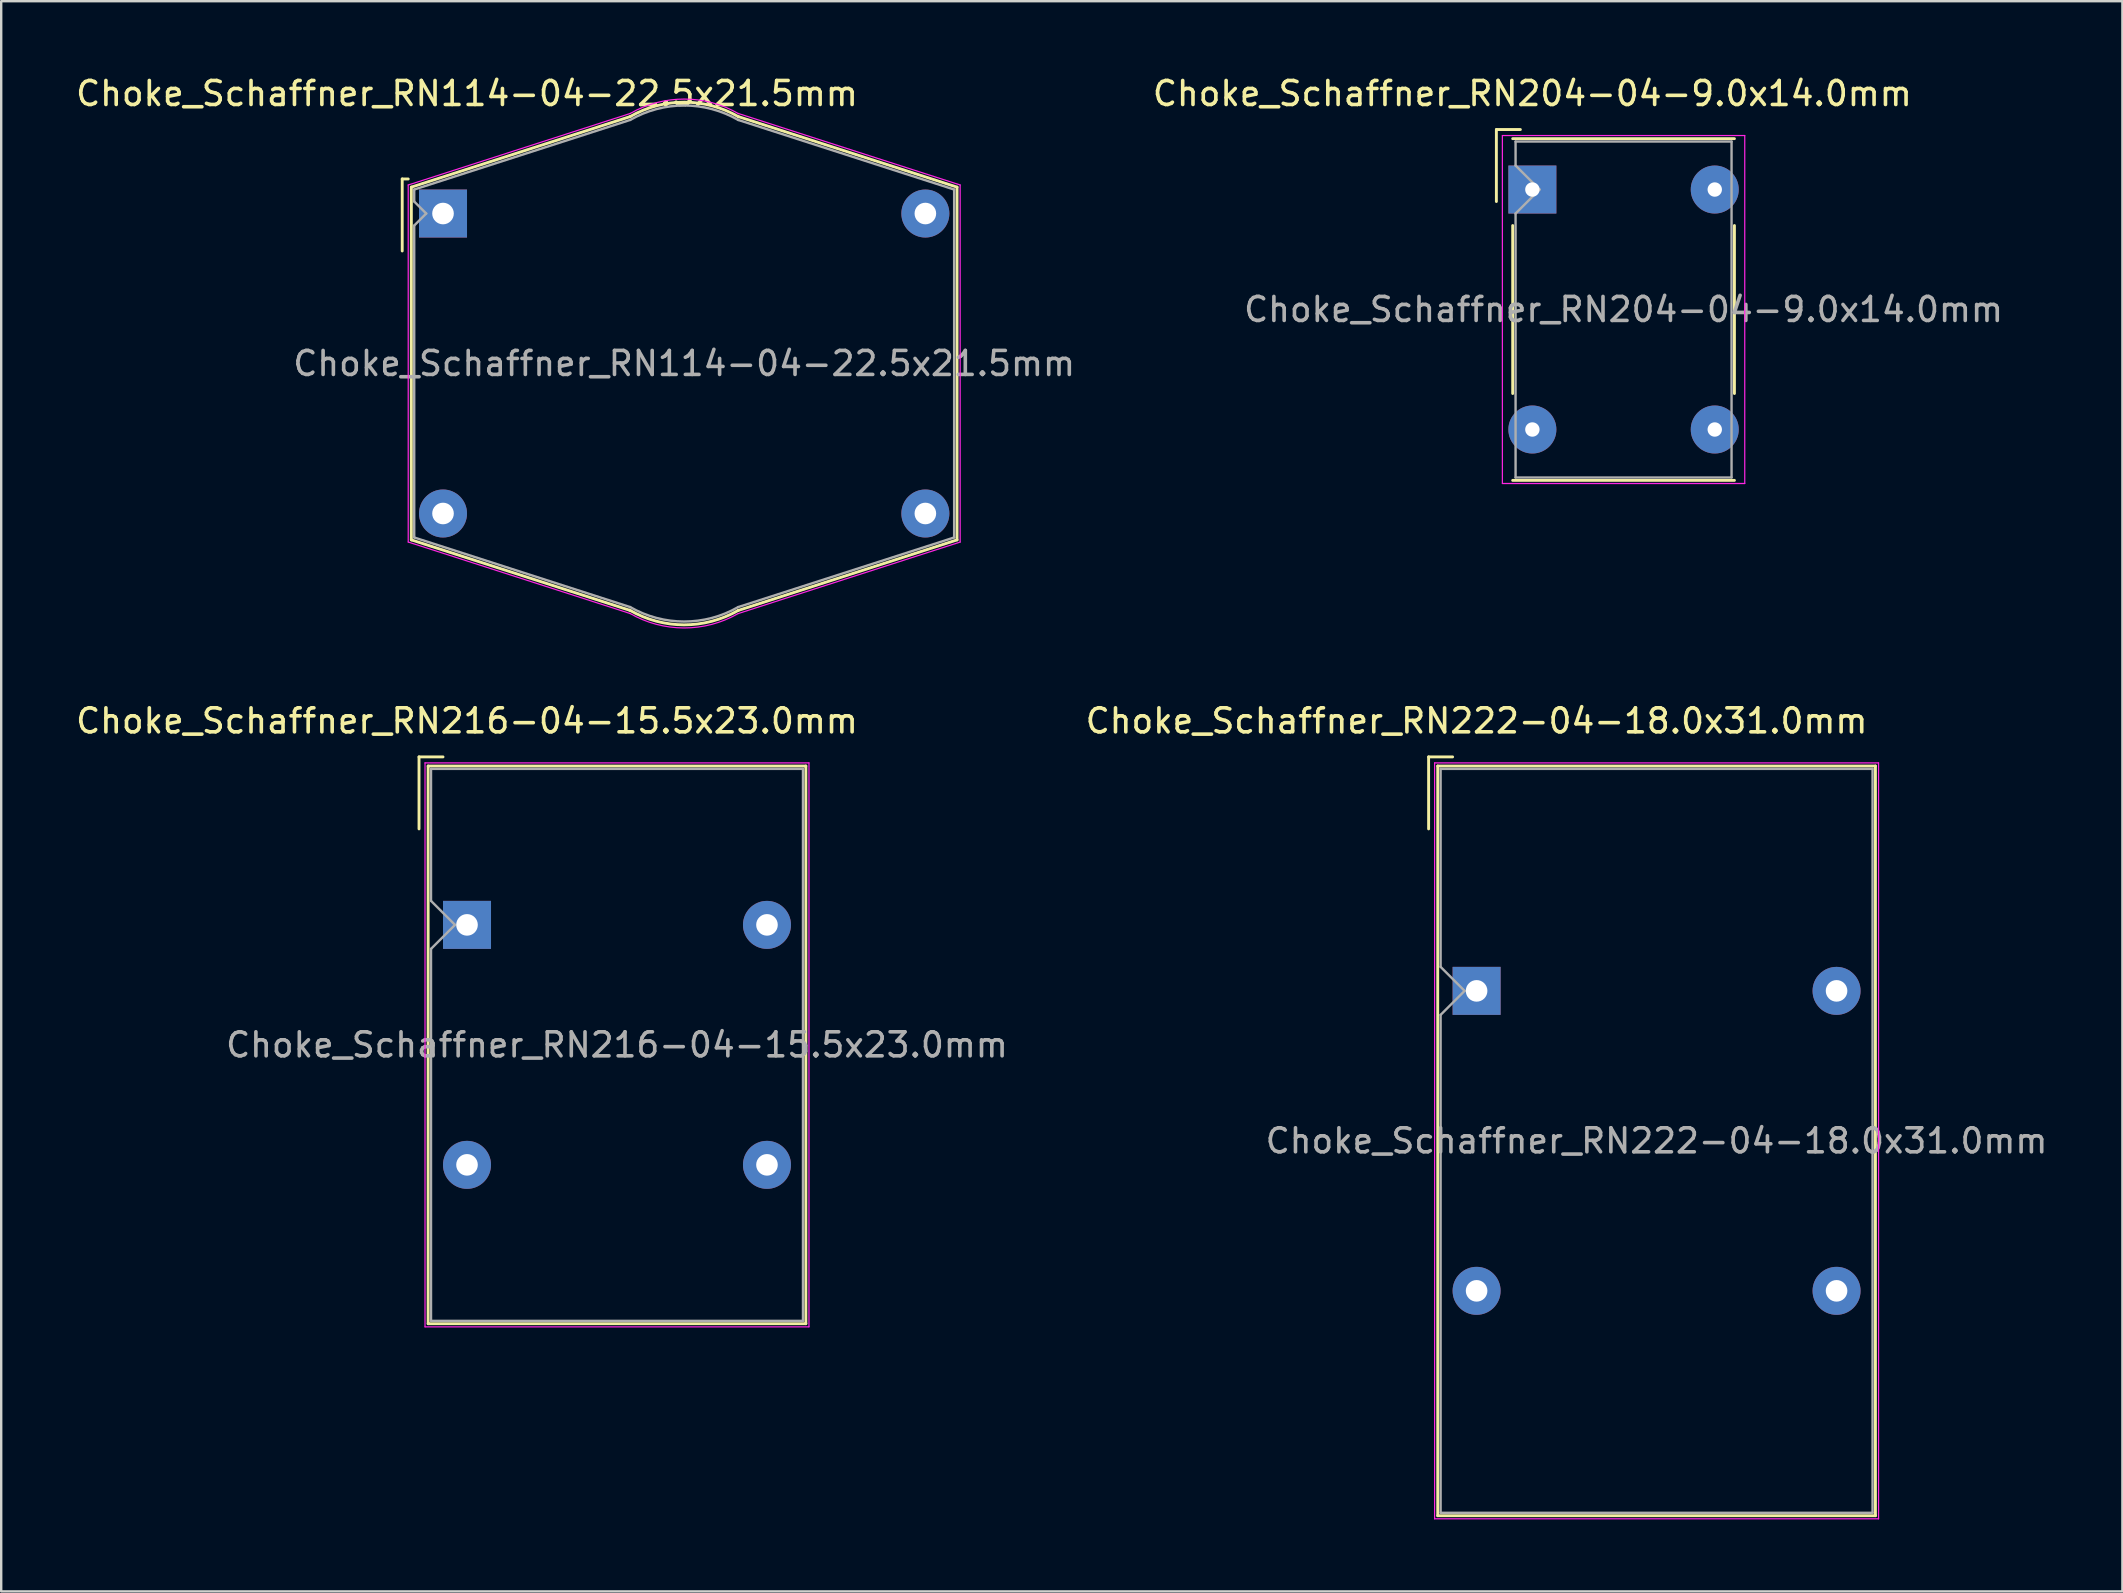
<source format=kicad_pcb>
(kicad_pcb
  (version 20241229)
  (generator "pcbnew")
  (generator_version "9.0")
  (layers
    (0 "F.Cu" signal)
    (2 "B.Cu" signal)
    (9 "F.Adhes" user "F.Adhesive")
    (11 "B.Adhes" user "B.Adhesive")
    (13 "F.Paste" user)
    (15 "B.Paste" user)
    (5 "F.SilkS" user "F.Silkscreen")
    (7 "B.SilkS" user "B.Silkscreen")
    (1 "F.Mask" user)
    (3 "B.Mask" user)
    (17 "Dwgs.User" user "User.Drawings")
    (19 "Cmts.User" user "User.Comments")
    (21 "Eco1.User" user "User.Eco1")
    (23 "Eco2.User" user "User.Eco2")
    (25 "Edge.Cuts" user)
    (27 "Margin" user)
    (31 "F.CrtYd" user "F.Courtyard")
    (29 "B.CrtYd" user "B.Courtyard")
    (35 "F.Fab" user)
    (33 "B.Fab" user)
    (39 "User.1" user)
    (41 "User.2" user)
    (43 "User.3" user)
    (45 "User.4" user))
  (footprint "Choke_Schaffner_RN114-04-22.5x21.5mm"
    (layer "F.Cu")
    (at 15.411 5.848)
    (property "Reference" "Choke_Schaffner_RN114-04-22.5x21.5mm" (at 1 -5 0) (layer "F.SilkS") (effects (font (size 1 1) (thickness 0.15))))
    (attr through_hole)
    (fp_line (start -1.7 -1.44) (end -1.7 1.56) (stroke (width 0.12) (type solid)) (layer "F.SilkS"))
    (fp_line (start -1.7 -1.44) (end -1.45 -1.44) (stroke (width 0.12) (type solid)) (layer "F.SilkS"))
    (fp_line (start -1.32 -1.1) (end 7.8 -4.04) (stroke (width 0.12) (type solid)) (layer "F.SilkS"))
    (fp_line (start -1.32 13.6) (end -1.32 -1.1) (stroke (width 0.12) (type solid)) (layer "F.SilkS"))
    (fp_line (start 7.8 16.54) (end -1.32 13.6) (stroke (width 0.12) (type solid)) (layer "F.SilkS"))
    (fp_line (start 12.3 -4.04) (end 21.42 -1.1) (stroke (width 0.12) (type solid)) (layer "F.SilkS"))
    (fp_line (start 21.42 -1.1) (end 21.42 13.6) (stroke (width 0.12) (type solid)) (layer "F.SilkS"))
    (fp_line (start 21.42 13.6) (end 12.3 16.54) (stroke (width 0.12) (type solid)) (layer "F.SilkS"))
    (fp_arc (start 7.8 -4.04) (mid 10.061443 -4.63982) (end 12.31982 -4.028557) (stroke (width 0.12) (type solid)) (layer "F.SilkS"))
    (fp_arc (start 12.3 16.54) (mid 10.038557 17.13982) (end 7.78018 16.528557) (stroke (width 0.12) (type solid)) (layer "F.SilkS"))
    (fp_line (start -1.45 -1.19) (end 7.8 -4.17) (stroke (width 0.05) (type solid)) (layer "F.CrtYd"))
    (fp_line (start -1.45 13.69) (end -1.45 -1.19) (stroke (width 0.05) (type solid)) (layer "F.CrtYd"))
    (fp_line (start 7.8 16.67) (end -1.45 13.69) (stroke (width 0.05) (type solid)) (layer "F.CrtYd"))
    (fp_line (start 12.3 -4.17) (end 21.55 -1.19) (stroke (width 0.05) (type solid)) (layer "F.CrtYd"))
    (fp_line (start 21.55 -1.19) (end 21.55 13.69) (stroke (width 0.05) (type solid)) (layer "F.CrtYd"))
    (fp_line (start 21.55 13.69) (end 12.3 16.67) (stroke (width 0.05) (type solid)) (layer "F.CrtYd"))
    (fp_arc (start 7.8 -4.17) (mid 10.061443 -4.76982) (end 12.31982 -4.158557) (stroke (width 0.05) (type solid)) (layer "F.CrtYd"))
    (fp_arc (start 12.3 16.67) (mid 10.038557 17.26982) (end 7.78018 16.658557) (stroke (width 0.05) (type solid)) (layer "F.CrtYd"))
    (fp_line (start -1.2 -1) (end 7.8 -3.9) (stroke (width 0.1) (type solid)) (layer "F.Fab"))
    (fp_line (start -1.2 -0.5) (end -1.2 -1) (stroke (width 0.1) (type solid)) (layer "F.Fab"))
    (fp_line (start -1.2 0.5) (end -0.7 0) (stroke (width 0.1) (type solid)) (layer "F.Fab"))
    (fp_line (start -1.2 13.5) (end -1.2 0.5) (stroke (width 0.1) (type solid)) (layer "F.Fab"))
    (fp_line (start -0.7 0) (end -1.2 -0.5) (stroke (width 0.1) (type solid)) (layer "F.Fab"))
    (fp_line (start 7.8 16.4) (end -1.2 13.5) (stroke (width 0.1) (type solid)) (layer "F.Fab"))
    (fp_line (start 12.3 -3.9) (end 21.3 -1) (stroke (width 0.1) (type solid)) (layer "F.Fab"))
    (fp_line (start 21.3 -1) (end 21.3 13.5) (stroke (width 0.1) (type solid)) (layer "F.Fab"))
    (fp_line (start 21.3 13.5) (end 12.3 16.4) (stroke (width 0.1) (type solid)) (layer "F.Fab"))
    (fp_arc (start 7.8 -3.9) (mid 10.051443 -4.502499) (end 12.302499 -3.898557) (stroke (width 0.1) (type solid)) (layer "F.Fab"))
    (fp_arc (start 12.3 16.4) (mid 10.048557 17.002499) (end 7.797501 16.398557) (stroke (width 0.1) (type solid)) (layer "F.Fab"))
    (fp_text user "${REFERENCE}" (at 10.05 6.25 0) (layer "F.Fab") (effects (font (size 1 1) (thickness 0.15))))
    (pad "1" thru_hole rect (at 0 0) (size 2 2) (drill 0.9) (layers "*.Cu" "*.Mask"))
    (pad "2" thru_hole circle (at 20.1 0) (size 2 2) (drill 0.9) (layers "*.Cu" "*.Mask"))
    (pad "3" thru_hole circle (at 0 12.5) (size 2 2) (drill 0.9) (layers "*.Cu" "*.Mask"))
    (pad "4" thru_hole circle (at 20.1 12.5) (size 2 2) (drill 0.9) (layers "*.Cu" "*.Mask")))
  (footprint "Choke_Schaffner_RN222-04-18.0x31.0mm"
    (layer "F.Cu")
    (at 58.482 38.241)
    (property "Reference" "Choke_Schaffner_RN222-04-18.0x31.0mm" (at 0 -11.25 0) (layer "F.SilkS") (effects (font (size 1 1) (thickness 0.15))))
    (attr through_hole)
    (fp_line (start -2 -9.75) (end -2 -6.75) (stroke (width 0.12) (type solid)) (layer "F.SilkS"))
    (fp_line (start -2 -9.75) (end -1 -9.75) (stroke (width 0.12) (type solid)) (layer "F.SilkS"))
    (fp_line (start -1.62 -9.37) (end 16.62 -9.37) (stroke (width 0.12) (type solid)) (layer "F.SilkS"))
    (fp_line (start -1.62 21.87) (end -1.62 -9.37) (stroke (width 0.12) (type solid)) (layer "F.SilkS"))
    (fp_line (start 16.62 -9.37) (end 16.62 21.87) (stroke (width 0.12) (type solid)) (layer "F.SilkS"))
    (fp_line (start 16.62 21.87) (end -1.62 21.87) (stroke (width 0.12) (type solid)) (layer "F.SilkS"))
    (fp_line (start -1.75 -9.5) (end -1.75 22) (stroke (width 0.05) (type solid)) (layer "F.CrtYd"))
    (fp_line (start -1.75 22) (end 16.75 22) (stroke (width 0.05) (type solid)) (layer "F.CrtYd"))
    (fp_line (start 16.75 -9.5) (end -1.75 -9.5) (stroke (width 0.05) (type solid)) (layer "F.CrtYd"))
    (fp_line (start 16.75 22) (end 16.75 -9.5) (stroke (width 0.05) (type solid)) (layer "F.CrtYd"))
    (fp_line (start -1.5 -9.25) (end 16.5 -9.25) (stroke (width 0.1) (type solid)) (layer "F.Fab"))
    (fp_line (start -1.5 -1) (end -1.5 -9.25) (stroke (width 0.1) (type solid)) (layer "F.Fab"))
    (fp_line (start -1.5 1) (end -0.5 0) (stroke (width 0.1) (type solid)) (layer "F.Fab"))
    (fp_line (start -1.5 21.75) (end -1.5 1) (stroke (width 0.1) (type solid)) (layer "F.Fab"))
    (fp_line (start -0.5 0) (end -1.5 -1) (stroke (width 0.1) (type solid)) (layer "F.Fab"))
    (fp_line (start 16.5 -9.25) (end 16.5 21.75) (stroke (width 0.1) (type solid)) (layer "F.Fab"))
    (fp_line (start 16.5 21.75) (end -1.5 21.75) (stroke (width 0.1) (type solid)) (layer "F.Fab"))
    (fp_text user "${REFERENCE}" (at 7.5 6.25 0) (layer "F.Fab") (effects (font (size 1 1) (thickness 0.15))))
    (pad "1" thru_hole rect (at 0 0) (size 2 2) (drill 0.9) (layers "*.Cu" "*.Mask"))
    (pad "2" thru_hole circle (at 15 0) (size 2 2) (drill 0.9) (layers "*.Cu" "*.Mask"))
    (pad "3" thru_hole circle (at 0 12.5) (size 2 2) (drill 0.9) (layers "*.Cu" "*.Mask"))
    (pad "4" thru_hole circle (at 15 12.5) (size 2 2) (drill 0.9) (layers "*.Cu" "*.Mask")))
  (footprint "Choke_Schaffner_RN204-04-9.0x14.0mm"
    (layer "F.Cu")
    (at 60.806 4.848)
    (property "Reference" "Choke_Schaffner_RN204-04-9.0x14.0mm" (at 0 -4 0) (layer "F.SilkS") (effects (font (size 1 1) (thickness 0.15))))
    (attr through_hole)
    (fp_line (start -1.5 -2.5) (end -1.5 0.5) (stroke (width 0.12) (type solid)) (layer "F.SilkS"))
    (fp_line (start -1.5 -2.5) (end -0.5 -2.5) (stroke (width 0.12) (type solid)) (layer "F.SilkS"))
    (fp_line (start -0.82 -2.12) (end 8.42 -2.12) (stroke (width 0.12) (type solid)) (layer "F.SilkS"))
    (fp_line (start -0.82 1.5) (end -0.82 8.5) (stroke (width 0.12) (type solid)) (layer "F.SilkS"))
    (fp_line (start 8.42 1.5) (end 8.42 8.5) (stroke (width 0.12) (type solid)) (layer "F.SilkS"))
    (fp_line (start 8.42 12.12) (end -0.82 12.12) (stroke (width 0.12) (type solid)) (layer "F.SilkS"))
    (fp_line (start -1.25 -2.25) (end -1.25 12.25) (stroke (width 0.05) (type solid)) (layer "F.CrtYd"))
    (fp_line (start -1.25 12.25) (end 8.85 12.25) (stroke (width 0.05) (type solid)) (layer "F.CrtYd"))
    (fp_line (start 8.85 -2.25) (end -1.25 -2.25) (stroke (width 0.05) (type solid)) (layer "F.CrtYd"))
    (fp_line (start 8.85 12.25) (end 8.85 -2.25) (stroke (width 0.05) (type solid)) (layer "F.CrtYd"))
    (fp_line (start -0.7 -2) (end 8.3 -2) (stroke (width 0.1) (type solid)) (layer "F.Fab"))
    (fp_line (start -0.7 -1) (end -0.7 -2) (stroke (width 0.1) (type solid)) (layer "F.Fab"))
    (fp_line (start -0.7 1) (end 0.3 0) (stroke (width 0.1) (type solid)) (layer "F.Fab"))
    (fp_line (start -0.7 12) (end -0.7 1) (stroke (width 0.1) (type solid)) (layer "F.Fab"))
    (fp_line (start 0.3 0) (end -0.7 -1) (stroke (width 0.1) (type solid)) (layer "F.Fab"))
    (fp_line (start 8.3 -2) (end 8.3 12) (stroke (width 0.1) (type solid)) (layer "F.Fab"))
    (fp_line (start 8.3 12) (end -0.7 12) (stroke (width 0.1) (type solid)) (layer "F.Fab"))
    (fp_text user "${REFERENCE}" (at 3.8 5 0) (layer "F.Fab") (effects (font (size 1 1) (thickness 0.15))))
    (pad "1" thru_hole rect (at 0 0) (size 2 2) (drill 0.6) (layers "*.Cu" "*.Mask"))
    (pad "2" thru_hole circle (at 7.6 0) (size 2 2) (drill 0.6) (layers "*.Cu" "*.Mask"))
    (pad "3" thru_hole circle (at 0 10) (size 2 2) (drill 0.6) (layers "*.Cu" "*.Mask"))
    (pad "4" thru_hole circle (at 7.6 10) (size 2 2) (drill 0.6) (layers "*.Cu" "*.Mask")))
  (footprint "Choke_Schaffner_RN216-04-15.5x23.0mm"
    (layer "F.Cu")
    (at 16.411 35.491)
    (property "Reference" "Choke_Schaffner_RN216-04-15.5x23.0mm" (at 0 -8.5 0) (layer "F.SilkS") (effects (font (size 1 1) (thickness 0.15))))
    (attr through_hole)
    (fp_line (start -2 -7) (end -2 -4) (stroke (width 0.12) (type solid)) (layer "F.SilkS"))
    (fp_line (start -2 -7) (end -1 -7) (stroke (width 0.12) (type solid)) (layer "F.SilkS"))
    (fp_line (start -1.62 -6.62) (end 14.12 -6.62) (stroke (width 0.12) (type solid)) (layer "F.SilkS"))
    (fp_line (start -1.62 16.62) (end -1.62 -6.62) (stroke (width 0.12) (type solid)) (layer "F.SilkS"))
    (fp_line (start 14.12 -6.62) (end 14.12 16.62) (stroke (width 0.12) (type solid)) (layer "F.SilkS"))
    (fp_line (start 14.12 16.62) (end -1.62 16.62) (stroke (width 0.12) (type solid)) (layer "F.SilkS"))
    (fp_line (start -1.75 -6.75) (end -1.75 16.75) (stroke (width 0.05) (type solid)) (layer "F.CrtYd"))
    (fp_line (start -1.75 16.75) (end 14.25 16.75) (stroke (width 0.05) (type solid)) (layer "F.CrtYd"))
    (fp_line (start 14.25 -6.75) (end -1.75 -6.75) (stroke (width 0.05) (type solid)) (layer "F.CrtYd"))
    (fp_line (start 14.25 16.75) (end 14.25 -6.75) (stroke (width 0.05) (type solid)) (layer "F.CrtYd"))
    (fp_line (start -1.5 -6.5) (end 14 -6.5) (stroke (width 0.1) (type solid)) (layer "F.Fab"))
    (fp_line (start -1.5 -1) (end -1.5 -6.5) (stroke (width 0.1) (type solid)) (layer "F.Fab"))
    (fp_line (start -1.5 1) (end -0.5 0) (stroke (width 0.1) (type solid)) (layer "F.Fab"))
    (fp_line (start -1.5 16.5) (end -1.5 1) (stroke (width 0.1) (type solid)) (layer "F.Fab"))
    (fp_line (start -0.5 0) (end -1.5 -1) (stroke (width 0.1) (type solid)) (layer "F.Fab"))
    (fp_line (start 14 -6.5) (end 14 16.5) (stroke (width 0.1) (type solid)) (layer "F.Fab"))
    (fp_line (start 14 16.5) (end -1.5 16.5) (stroke (width 0.1) (type solid)) (layer "F.Fab"))
    (fp_text user "${REFERENCE}" (at 6.25 5 0) (layer "F.Fab") (effects (font (size 1 1) (thickness 0.15))))
    (pad "1" thru_hole rect (at 0 0) (size 2 2) (drill 0.9) (layers "*.Cu" "*.Mask"))
    (pad "2" thru_hole circle (at 12.5 0) (size 2 2) (drill 0.9) (layers "*.Cu" "*.Mask"))
    (pad "3" thru_hole circle (at 0 10) (size 2 2) (drill 0.9) (layers "*.Cu" "*.Mask"))
    (pad "4" thru_hole circle (at 12.5 10) (size 2 2) (drill 0.9) (layers "*.Cu" "*.Mask")))
  (gr_rect
    (start -3 -3)
    (end 85.393 63.266)
    (stroke (width 0.1) (type default))
    (fill no)
    (layer "Edge.Cuts")))
</source>
